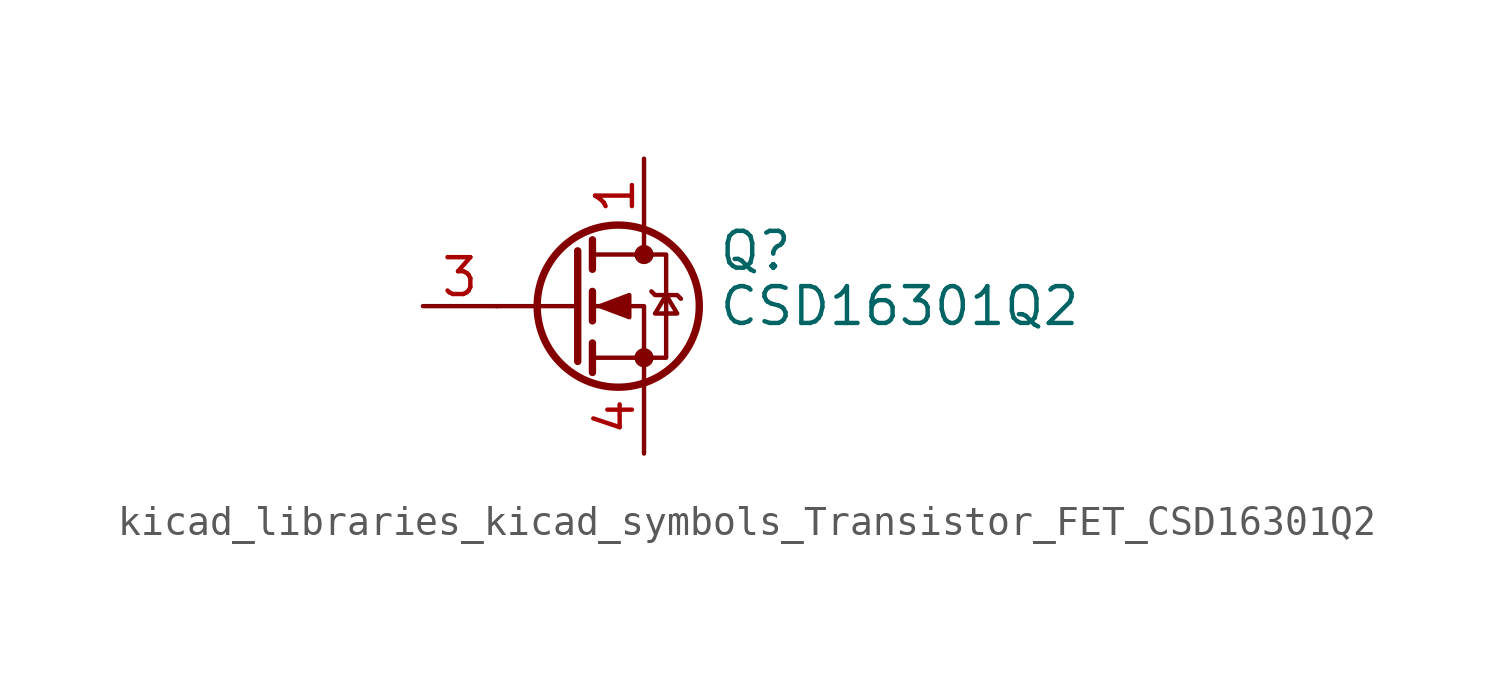
<source format=kicad_sym>
(kicad_symbol_lib
  (version 20220914)
  (generator kicad_symbol_editor)
  (symbol "kicad_libraries_kicad_symbols_Transistor_FET_CSD16301Q2"
    (pin_names hide)
    (property "Reference" "Q"
      (at 5.08 1.905 0)
      (effects (font (size 1.27 1.27)) (justify left)))
    (property "Value" "CSD16301Q2"
      (at 5.08 0 0)
      (effects (font (size 1.27 1.27)) (justify left)))
    (symbol "kicad_libraries_kicad_symbols_Transistor_FET_CSD16301Q2_0_1"
      (polyline (pts (xy 0.254 0) (xy -2.54 0)) (stroke (width 0) (type default)) (fill (type none)))
      (polyline (pts (xy 0.254 1.905) (xy 0.254 -1.905)) (stroke (width 0.254) (type default)) (fill (type none)))
      (polyline (pts (xy 0.762 -1.27) (xy 0.762 -2.286)) (stroke (width 0.254) (type default)) (fill (type none)))
      (polyline (pts (xy 0.762 0.508) (xy 0.762 -0.508)) (stroke (width 0.254) (type default)) (fill (type none)))
      (polyline (pts (xy 0.762 2.286) (xy 0.762 1.27)) (stroke (width 0.254) (type default)) (fill (type none)))
      (polyline (pts (xy 2.54 2.54) (xy 2.54 1.778)) (stroke (width 0) (type default)) (fill (type none)))
      (polyline (pts (xy 2.54 -2.54) (xy 2.54 0) (xy 0.762 0)) (stroke (width 0) (type default)) (fill (type none)))
      (polyline (pts (xy 0.762 -1.778) (xy 3.302 -1.778) (xy 3.302 1.778) (xy 0.762 1.778)) (stroke (width 0) (type default)) (fill (type none)))
      (polyline (pts (xy 1.016 0) (xy 2.032 0.381) (xy 2.032 -0.381) (xy 1.016 0)) (stroke (width 0) (type default)) (fill (type outline)))
      (polyline (pts (xy 2.794 0.508) (xy 2.921 0.381) (xy 3.683 0.381) (xy 3.81 0.254)) (stroke (width 0) (type default)) (fill (type none)))
      (polyline (pts (xy 3.302 0.381) (xy 2.921 -0.254) (xy 3.683 -0.254) (xy 3.302 0.381)) (stroke (width 0) (type default)) (fill (type none)))
      (circle (center 1.651 0) (radius 2.794) (stroke (width 0.254) (type default)) (fill (type none)))
      (circle (center 2.54 -1.778) (radius 0.254) (stroke (width 0) (type default)) (fill (type outline)))
      (circle (center 2.54 1.778) (radius 0.254) (stroke (width 0) (type default)) (fill (type outline))))
    (symbol "kicad_libraries_kicad_symbols_Transistor_FET_CSD16301Q2_1_1"
      (pin passive line (at 2.54 5.08 270) (length 2.54) (name "D" (effects (font (size 1.27 1.27)))) (number "1" (effects (font (size 1.27 1.27)))))
      (pin passive line (at 2.54 5.08 270) (length 2.54) hide (name "D" (effects (font (size 1.27 1.27)))) (number "2" (effects (font (size 1.27 1.27)))))
      (pin passive line (at -5.08 0 0) (length 2.54) (name "G" (effects (font (size 1.27 1.27)))) (number "3" (effects (font (size 1.27 1.27)))))
      (pin passive line (at 2.54 -5.08 90) (length 2.54) (name "S" (effects (font (size 1.27 1.27)))) (number "4" (effects (font (size 1.27 1.27)))))
      (pin passive line (at 2.54 5.08 270) (length 2.54) hide (name "D" (effects (font (size 1.27 1.27)))) (number "5" (effects (font (size 1.27 1.27)))))
      (pin passive line (at 2.54 5.08 270) (length 2.54) hide (name "D" (effects (font (size 1.27 1.27)))) (number "6" (effects (font (size 1.27 1.27)))))
      (pin passive line (at 2.54 -5.08 90) (length 2.54) hide (name "S" (effects (font (size 1.27 1.27)))) (number "7" (effects (font (size 1.27 1.27)))))
      (pin passive line (at 2.54 5.08 270) (length 2.54) hide (name "D" (effects (font (size 1.27 1.27)))) (number "8" (effects (font (size 1.27 1.27))))))))
</source>
